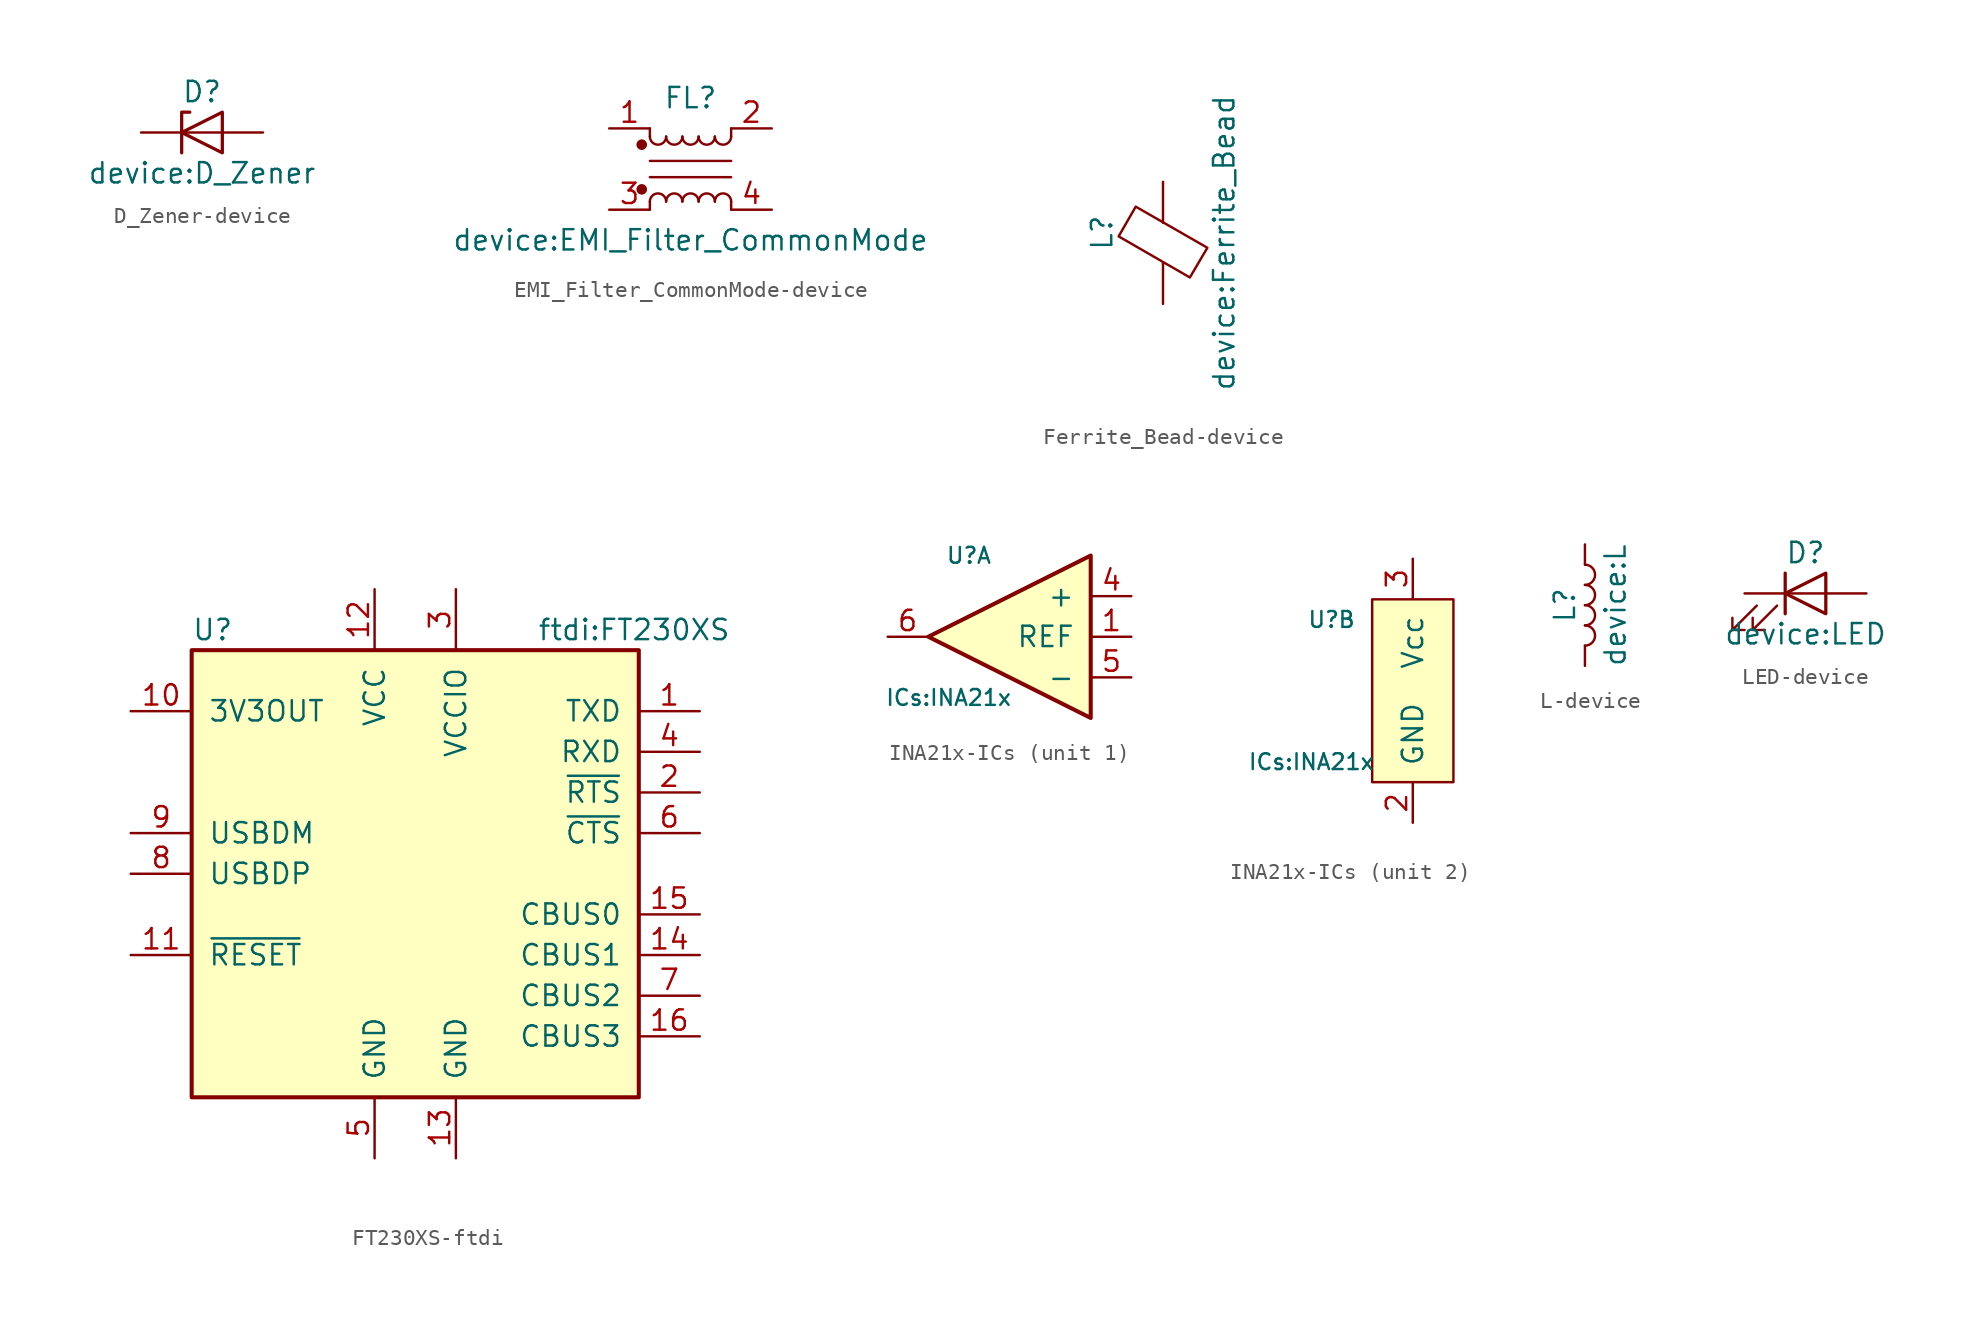
<source format=kicad_sym>
(kicad_symbol_lib
  (version 20241209)
  (generator "kicad_symbol_editor")
  (generator_version "9.0")
  (symbol "D_Zener-device"
    (pin_numbers
      (hide yes))
    (pin_names
      (offset 1.016)
      (hide yes))
    (property "Reference" "D"
      (at 0 2.54 0)
      (effects (font (size 1.27 1.27))))
    (property "Value" "device:D_Zener"
      (at 0 -2.54 0)
      (effects (font (size 1.27 1.27))))
    (symbol "D_Zener-device_0_1"
      (polyline (pts (xy -1.27 -1.27) (xy -1.27 1.27) (xy -0.762 1.27)) (stroke (width 0.203) (type solid)) (fill (type none)))
      (polyline (pts (xy 1.27 0) (xy -1.27 0)) (stroke (width 0) (type solid)) (fill (type none)))
      (polyline (pts (xy 1.27 -1.27) (xy 1.27 1.27) (xy -1.27 0) (xy 1.27 -1.27)) (stroke (width 0.203) (type solid)) (fill (type none))))
    (symbol "D_Zener-device_1_1"
      (pin passive line (at -3.81 0 0) (length 2.54) (name "K" (effects (font (size 1.27 1.27)))) (number "1" (effects (font (size 1.27 1.27)))))
      (pin passive line (at 3.81 0 180) (length 2.54) (name "A" (effects (font (size 1.27 1.27)))) (number "2" (effects (font (size 1.27 1.27)))))))
  (symbol "EMI_Filter_CommonMode-device"
    (pin_names
      (offset 0.254)
      (hide yes))
    (property "Reference" "FL"
      (at 0 4.445 0)
      (effects (font (size 1.27 1.27))))
    (property "Value" "device:EMI_Filter_CommonMode"
      (at 0 -4.445 0)
      (effects (font (size 1.27 1.27))))
    (property "Footprint" ""
      (at 0 1.016 90)
      (effects (font (size 1.27 1.27))))
    (property "Datasheet" ""
      (at 0 1.016 90)
      (effects (font (size 1.27 1.27))))
    (symbol "EMI_Filter_CommonMode-device_0_1"
      (circle (center -3.048 1.524) (radius 0.254) (stroke (width 0) (type solid)) (fill (type outline)))
      (circle (center -3.048 -1.27) (radius 0.254) (stroke (width 0) (type solid)) (fill (type outline)))
      (polyline (pts (xy -2.54 2.032) (xy -2.54 2.54)) (stroke (width 0) (type solid)) (fill (type none)))
      (polyline (pts (xy -2.54 0.508) (xy 2.54 0.508)) (stroke (width 0) (type solid)) (fill (type none)))
      (polyline (pts (xy -2.54 -2.032) (xy -2.54 -2.54)) (stroke (width 0) (type solid)) (fill (type none)))
      (arc (start -1.524 2.032) (mid -2.032 1.524) (end -2.54 2.032) (stroke (width 0) (type solid)) (fill (type none)))
      (arc (start -2.54 -2.032) (mid -2.032 -1.524) (end -1.524 -2.032) (stroke (width 0) (type solid)) (fill (type none)))
      (arc (start -0.508 2.032) (mid -1.016 1.524) (end -1.524 2.032) (stroke (width 0) (type solid)) (fill (type none)))
      (arc (start -1.524 -2.032) (mid -1.016 -1.524) (end -0.508 -2.032) (stroke (width 0) (type solid)) (fill (type none)))
      (arc (start 0.508 2.032) (mid 0 1.524) (end -0.508 2.032) (stroke (width 0) (type solid)) (fill (type none)))
      (arc (start -0.508 -2.032) (mid 0 -1.524) (end 0.508 -2.032) (stroke (width 0) (type solid)) (fill (type none)))
      (arc (start 1.524 2.032) (mid 1.016 1.524) (end 0.508 2.032) (stroke (width 0) (type solid)) (fill (type none)))
      (arc (start 0.508 -2.032) (mid 1.016 -1.524) (end 1.524 -2.032) (stroke (width 0) (type solid)) (fill (type none)))
      (arc (start 2.54 2.032) (mid 2.032 1.524) (end 1.524 2.032) (stroke (width 0) (type solid)) (fill (type none)))
      (arc (start 1.524 -2.032) (mid 2.032 -1.524) (end 2.54 -2.032) (stroke (width 0) (type solid)) (fill (type none)))
      (polyline (pts (xy 2.54 2.54) (xy 2.54 2.032)) (stroke (width 0) (type solid)) (fill (type none)))
      (polyline (pts (xy 2.54 -0.508) (xy -2.54 -0.508)) (stroke (width 0) (type solid)) (fill (type none)))
      (polyline (pts (xy 2.54 -2.032) (xy 2.54 -2.54)) (stroke (width 0) (type solid)) (fill (type none))))
    (symbol "EMI_Filter_CommonMode-device_1_1"
      (pin passive line (at -5.08 2.54 0) (length 2.54) (name "1" (effects (font (size 1.27 1.27)))) (number "1" (effects (font (size 1.27 1.27)))))
      (pin passive line (at -5.08 -2.54 0) (length 2.54) (name "3" (effects (font (size 1.27 1.27)))) (number "3" (effects (font (size 1.27 1.27)))))
      (pin passive line (at 5.08 2.54 180) (length 2.54) (name "2" (effects (font (size 1.27 1.27)))) (number "2" (effects (font (size 1.27 1.27)))))
      (pin passive line (at 5.08 -2.54 180) (length 2.54) (name "4" (effects (font (size 1.27 1.27)))) (number "4" (effects (font (size 1.27 1.27)))))))
  (symbol "Ferrite_Bead-device"
    (pin_numbers
      (hide yes))
    (pin_names
      (offset 0))
    (property "Reference" "L"
      (at -3.81 0.635 90)
      (effects (font (size 1.27 1.27))))
    (property "Value" "device:Ferrite_Bead"
      (at 3.81 0 90)
      (effects (font (size 1.27 1.27))))
    (symbol "Ferrite_Bead-device_0_1"
      (polyline (pts (xy -2.769 0.406) (xy -1.702 2.261) (xy 2.769 -0.305) (xy 1.676 -2.159) (xy -2.769 0.406)) (stroke (width 0) (type solid)) (fill (type none)))
      (polyline (pts (xy 0 1.27) (xy 0 1.295)) (stroke (width 0) (type solid)) (fill (type none)))
      (polyline (pts (xy 0 -1.27) (xy 0 -1.219)) (stroke (width 0) (type solid)) (fill (type none))))
    (symbol "Ferrite_Bead-device_1_1"
      (pin passive line (at 0 3.81 270) (length 2.54) (name "~" (effects (font (size 1.27 1.27)))) (number "1" (effects (font (size 1.27 1.27)))))
      (pin passive line (at 0 -3.81 90) (length 2.54) (name "~" (effects (font (size 1.27 1.27)))) (number "2" (effects (font (size 1.27 1.27)))))))
  (symbol "FT230XS-ftdi"
    (pin_names
      (offset 1.016))
    (property "Reference" "U"
      (at -13.97 15.24 0)
      (effects (font (size 1.27 1.27)) (justify left)))
    (property "Value" "ftdi:FT230XS"
      (at 7.62 15.24 0)
      (effects (font (size 1.27 1.27)) (justify left)))
    (symbol "FT230XS-ftdi_0_1"
      (rectangle (start -13.97 13.97) (end 13.97 -13.97) (stroke (width 0.254) (type solid)) (fill (type background))))
    (symbol "FT230XS-ftdi_1_1"
      (pin power_out line (at -17.78 10.16 0) (length 3.81) (name "3V3OUT" (effects (font (size 1.27 1.27)))) (number "10" (effects (font (size 1.27 1.27)))))
      (pin bidirectional line (at -17.78 2.54 0) (length 3.81) (name "USBDM" (effects (font (size 1.27 1.27)))) (number "9" (effects (font (size 1.27 1.27)))))
      (pin bidirectional line (at -17.78 0 0) (length 3.81) (name "USBDP" (effects (font (size 1.27 1.27)))) (number "8" (effects (font (size 1.27 1.27)))))
      (pin input line (at -17.78 -5.08 0) (length 3.81) (name "~{RESET}" (effects (font (size 1.27 1.27)))) (number "11" (effects (font (size 1.27 1.27)))))
      (pin power_in line (at -2.54 17.78 270) (length 3.81) (name "VCC" (effects (font (size 1.27 1.27)))) (number "12" (effects (font (size 1.27 1.27)))))
      (pin power_in line (at -2.54 -17.78 90) (length 3.81) (name "GND" (effects (font (size 1.27 1.27)))) (number "5" (effects (font (size 1.27 1.27)))))
      (pin power_in line (at 2.54 17.78 270) (length 3.81) (name "VCCIO" (effects (font (size 1.27 1.27)))) (number "3" (effects (font (size 1.27 1.27)))))
      (pin power_in line (at 2.54 -17.78 90) (length 3.81) (name "GND" (effects (font (size 1.27 1.27)))) (number "13" (effects (font (size 1.27 1.27)))))
      (pin output line (at 17.78 10.16 180) (length 3.81) (name "TXD" (effects (font (size 1.27 1.27)))) (number "1" (effects (font (size 1.27 1.27)))))
      (pin input line (at 17.78 7.62 180) (length 3.81) (name "RXD" (effects (font (size 1.27 1.27)))) (number "4" (effects (font (size 1.27 1.27)))))
      (pin input line (at 17.78 5.08 180) (length 3.81) (name "~{RTS}" (effects (font (size 1.27 1.27)))) (number "2" (effects (font (size 1.27 1.27)))))
      (pin input line (at 17.78 2.54 180) (length 3.81) (name "~{CTS}" (effects (font (size 1.27 1.27)))) (number "6" (effects (font (size 1.27 1.27)))))
      (pin bidirectional line (at 17.78 -2.54 180) (length 3.81) (name "CBUS0" (effects (font (size 1.27 1.27)))) (number "15" (effects (font (size 1.27 1.27)))))
      (pin bidirectional line (at 17.78 -5.08 180) (length 3.81) (name "CBUS1" (effects (font (size 1.27 1.27)))) (number "14" (effects (font (size 1.27 1.27)))))
      (pin bidirectional line (at 17.78 -7.62 180) (length 3.81) (name "CBUS2" (effects (font (size 1.27 1.27)))) (number "7" (effects (font (size 1.27 1.27)))))
      (pin bidirectional line (at 17.78 -10.16 180) (length 3.81) (name "CBUS3" (effects (font (size 1.27 1.27)))) (number "16" (effects (font (size 1.27 1.27)))))))
  (symbol "INA21x-ICs"
    (pin_names
      (offset 1.016))
    (property "Reference" "U"
      (at -7.62 5.08 0)
      (effects (font (size 0.991 0.991))))
    (property "Value" "ICs:INA21x"
      (at -8.89 -3.81 0)
      (effects (font (size 0.991 0.991))))
    (property "ki_locked" ""
      (at 0 0 0)
      (effects (font (size 1.27 1.27))))
    (symbol "INA21x-ICs_1_1"
      (polyline (pts (xy -10.16 0) (xy 0 5.08) (xy 0 -5.08) (xy -10.16 0)) (stroke (width 0.254) (type solid)) (fill (type background)))
      (pin output line (at -12.7 0 0) (length 2.489) (name "~" (effects (font (size 1.27 1.27)))) (number "6" (effects (font (size 1.27 1.27)))))
      (pin input line (at 2.54 2.54 180) (length 2.489) (name "+" (effects (font (size 1.27 1.27)))) (number "4" (effects (font (size 1.27 1.27)))))
      (pin input line (at 2.54 0 180) (length 2.489) (name "REF" (effects (font (size 1.27 1.27)))) (number "1" (effects (font (size 1.27 1.27)))))
      (pin input line (at 2.54 -2.54 180) (length 2.489) (name "-" (effects (font (size 1.27 1.27)))) (number "5" (effects (font (size 1.27 1.27))))))
    (symbol "INA21x-ICs_2_1"
      (rectangle (start -5.08 6.35) (end 0 -5.08) (stroke (width 0) (type solid)) (fill (type background)))
      (pin power_in line (at -2.54 8.89 270) (length 2.489) (name "Vcc" (effects (font (size 1.27 1.27)))) (number "3" (effects (font (size 1.27 1.27)))))
      (pin power_in line (at -2.54 -7.62 90) (length 2.489) (name "GND" (effects (font (size 1.27 1.27)))) (number "2" (effects (font (size 1.27 1.27)))))))
  (symbol "L-device"
    (pin_numbers
      (hide yes))
    (pin_names
      (offset 1.016)
      (hide yes))
    (property "Reference" "L"
      (at -1.27 0 90)
      (effects (font (size 1.27 1.27))))
    (property "Value" "device:L"
      (at 1.905 0 90)
      (effects (font (size 1.27 1.27))))
    (symbol "L-device_0_1"
      (arc (start 0 2.54) (mid 0.635 1.905) (end 0 1.27) (stroke (width 0) (type solid)) (fill (type none)))
      (arc (start 0 1.27) (mid 0.635 0.635) (end 0 0) (stroke (width 0) (type solid)) (fill (type none)))
      (arc (start 0 0) (mid 0.635 -0.635) (end 0 -1.27) (stroke (width 0) (type solid)) (fill (type none)))
      (arc (start 0 -1.27) (mid 0.635 -1.905) (end 0 -2.54) (stroke (width 0) (type solid)) (fill (type none))))
    (symbol "L-device_1_1"
      (pin passive line (at 0 3.81 270) (length 1.27) (name "1" (effects (font (size 1.27 1.27)))) (number "1" (effects (font (size 1.27 1.27)))))
      (pin passive line (at 0 -3.81 90) (length 1.27) (name "2" (effects (font (size 1.27 1.27)))) (number "2" (effects (font (size 1.27 1.27)))))))
  (symbol "LED-device"
    (pin_numbers
      (hide yes))
    (pin_names
      (offset 1.016)
      (hide yes))
    (property "Reference" "D"
      (at 0 2.54 0)
      (effects (font (size 1.27 1.27))))
    (property "Value" "device:LED"
      (at 0 -2.54 0)
      (effects (font (size 1.27 1.27))))
    (symbol "LED-device_0_1"
      (polyline (pts (xy -3.048 -0.762) (xy -4.572 -2.286) (xy -3.81 -2.286) (xy -4.572 -2.286) (xy -4.572 -1.524)) (stroke (width 0) (type solid)) (fill (type none)))
      (polyline (pts (xy -1.778 -0.762) (xy -3.302 -2.286) (xy -2.54 -2.286) (xy -3.302 -2.286) (xy -3.302 -1.524)) (stroke (width 0) (type solid)) (fill (type none)))
      (polyline (pts (xy -1.27 0) (xy 1.27 0)) (stroke (width 0) (type solid)) (fill (type none)))
      (polyline (pts (xy -1.27 -1.27) (xy -1.27 1.27)) (stroke (width 0.203) (type solid)) (fill (type none)))
      (polyline (pts (xy 1.27 -1.27) (xy 1.27 1.27) (xy -1.27 0) (xy 1.27 -1.27)) (stroke (width 0.203) (type solid)) (fill (type none))))
    (symbol "LED-device_1_1"
      (pin passive line (at -3.81 0 0) (length 2.54) (name "K" (effects (font (size 1.27 1.27)))) (number "1" (effects (font (size 1.27 1.27)))))
      (pin passive line (at 3.81 0 180) (length 2.54) (name "A" (effects (font (size 1.27 1.27)))) (number "2" (effects (font (size 1.27 1.27))))))))
</source>
